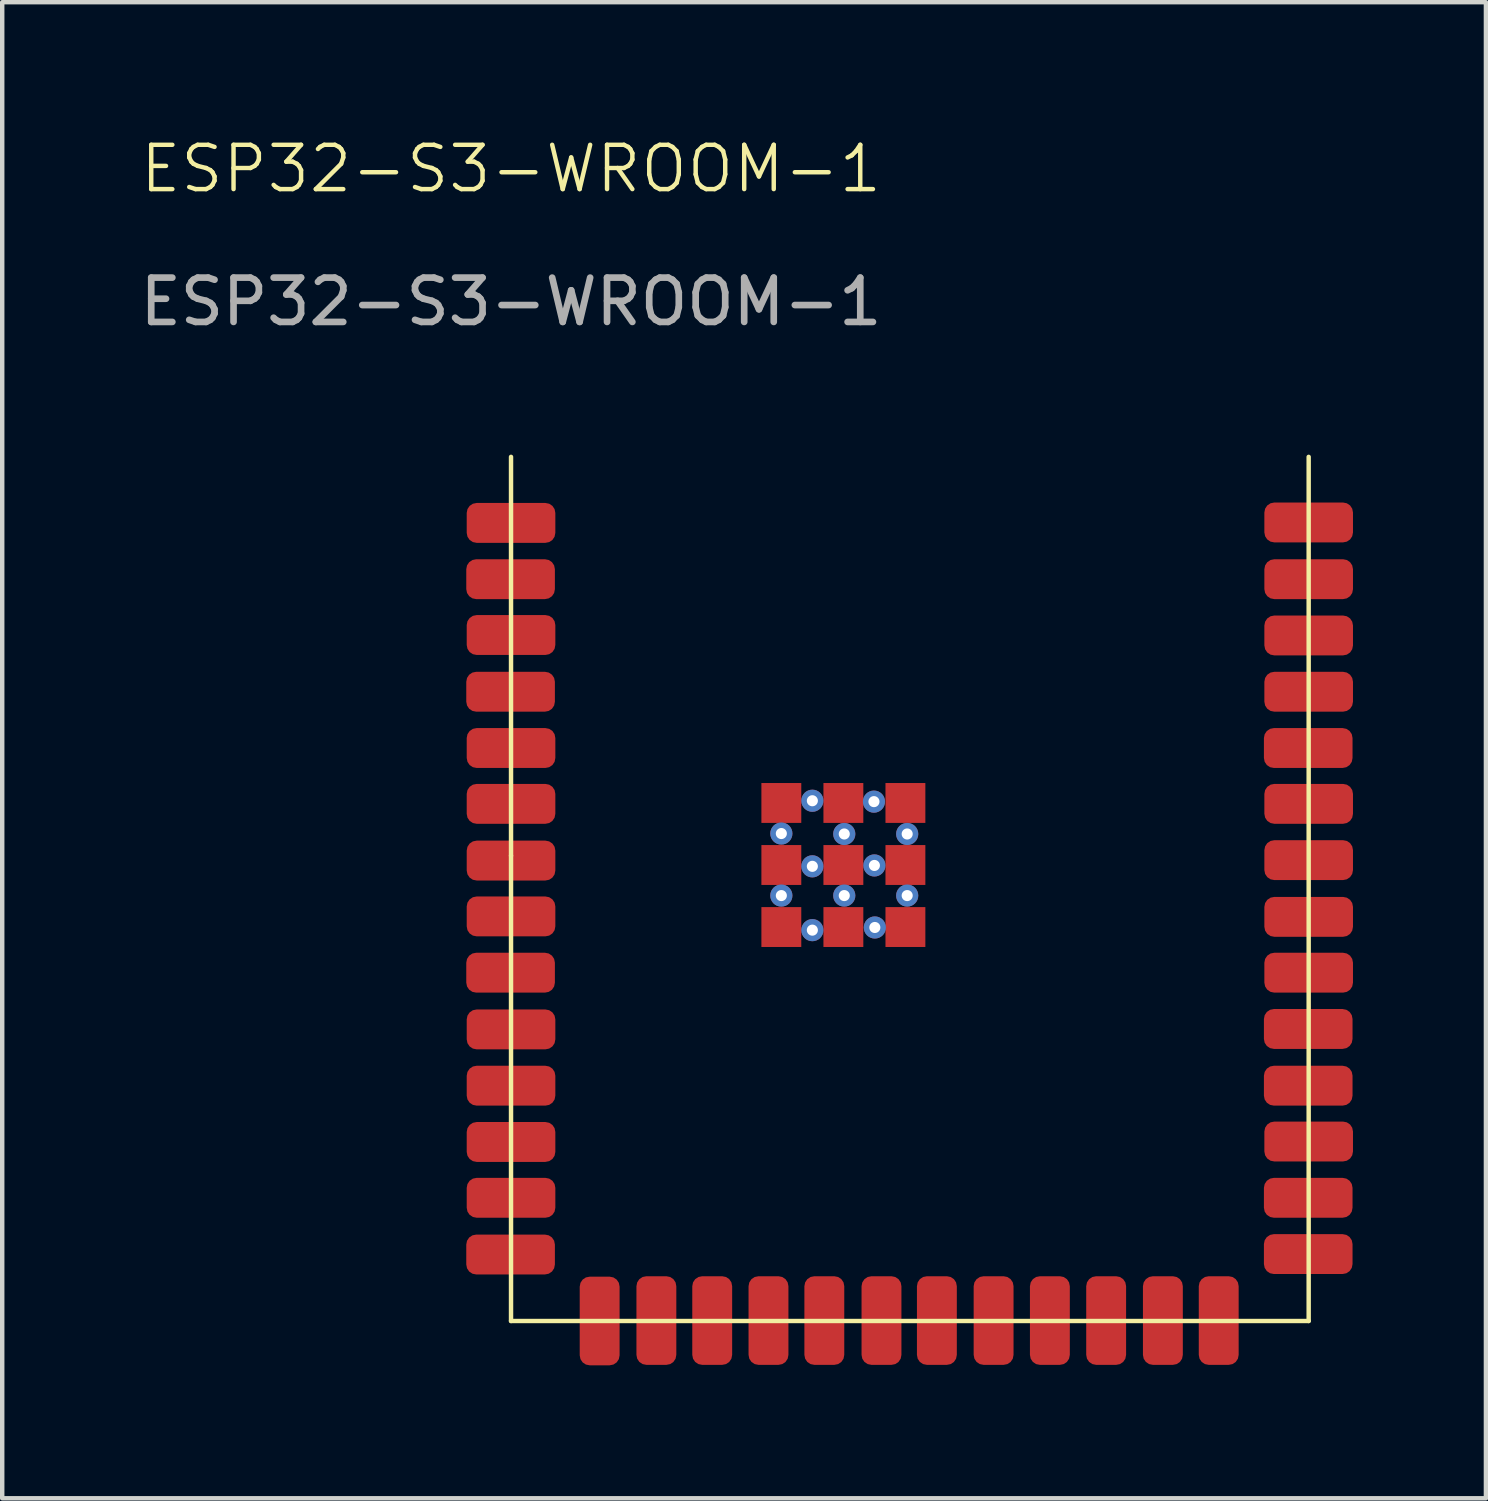
<source format=kicad_pcb>
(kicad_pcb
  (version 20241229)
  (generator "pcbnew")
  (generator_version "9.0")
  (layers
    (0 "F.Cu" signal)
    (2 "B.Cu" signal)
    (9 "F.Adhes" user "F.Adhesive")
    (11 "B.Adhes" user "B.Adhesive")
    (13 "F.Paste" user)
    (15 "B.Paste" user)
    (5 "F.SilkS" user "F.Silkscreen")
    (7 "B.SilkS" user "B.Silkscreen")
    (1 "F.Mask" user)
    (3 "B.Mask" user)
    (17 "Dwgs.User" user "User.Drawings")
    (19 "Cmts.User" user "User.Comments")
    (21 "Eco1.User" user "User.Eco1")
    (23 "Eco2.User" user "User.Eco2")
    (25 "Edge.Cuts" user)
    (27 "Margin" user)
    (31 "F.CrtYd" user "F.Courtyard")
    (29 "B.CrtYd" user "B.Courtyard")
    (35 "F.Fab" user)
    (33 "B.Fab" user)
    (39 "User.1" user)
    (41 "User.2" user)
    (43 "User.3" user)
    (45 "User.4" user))
  (footprint "ESP32-S3-WROOM-1"
    (layer "F.Cu")
    (at 8.482 1.26)
    (property "Reference" "ESP32-S3-WROOM-1" (at 0 -0.5 0) (unlocked yes) (layer "F.SilkS") (effects (font (size 1 1) (thickness 0.1))))
    (attr smd)
    (fp_line (start 0 6) (end 0 15) (stroke (width 0.1) (type default)) (layer "F.SilkS"))
    (fp_line (start 0 15) (end 0 25.5) (stroke (width 0.1) (type default)) (layer "F.SilkS"))
    (fp_line (start 0 25.5) (end 18 25.5) (stroke (width 0.1) (type default)) (layer "F.SilkS"))
    (fp_line (start 18 25.5) (end 18 6) (stroke (width 0.1) (type default)) (layer "F.SilkS"))
    (fp_text user "${REFERENCE}" (at 0 2.5 0) (unlocked yes) (layer "F.Fab") (effects (font (size 1 1) (thickness 0.15))))
    (pad "" smd rect (at 6.1 13.81 180) (size 0.9 0.9) (layers "F.Cu" "F.Mask" "F.Paste"))
    (pad "" thru_hole circle (at 6.1 14.5) (size 0.5 0.5) (drill 0.25) (layers "*.Cu" "*.Mask"))
    (pad "" smd rect (at 6.1 15.21 180) (size 0.9 0.9) (layers "F.Cu" "F.Mask" "F.Paste"))
    (pad "" thru_hole circle (at 6.1 15.9) (size 0.5 0.5) (drill 0.25) (layers "*.Cu" "*.Mask"))
    (pad "" smd rect (at 6.1 16.61 180) (size 0.9 0.9) (layers "F.Cu" "F.Mask" "F.Paste"))
    (pad "" thru_hole circle (at 6.8 13.76) (size 0.5 0.5) (drill 0.25) (layers "*.Cu" "*.Mask"))
    (pad "" thru_hole circle (at 6.8 15.24) (size 0.5 0.5) (drill 0.25) (layers "*.Cu" "*.Mask"))
    (pad "" thru_hole circle (at 6.8 16.68) (size 0.5 0.5) (drill 0.25) (layers "*.Cu" "*.Mask"))
    (pad "" smd rect (at 7.5 13.81 180) (size 0.9 0.9) (layers "F.Cu" "F.Mask" "F.Paste"))
    (pad "" smd rect (at 7.5 16.61 180) (size 0.9 0.9) (layers "F.Cu" "F.Mask" "F.Paste"))
    (pad "" thru_hole circle (at 7.52 14.51) (size 0.5 0.5) (drill 0.25) (layers "*.Cu" "*.Mask"))
    (pad "" thru_hole circle (at 7.52 15.9) (size 0.5 0.5) (drill 0.25) (layers "*.Cu" "*.Mask"))
    (pad "" thru_hole circle (at 8.19 13.78) (size 0.5 0.5) (drill 0.25) (layers "*.Cu" "*.Mask"))
    (pad "" thru_hole circle (at 8.2 15.22) (size 0.5 0.5) (drill 0.25) (layers "*.Cu" "*.Mask"))
    (pad "" thru_hole circle (at 8.21 16.62) (size 0.5 0.5) (drill 0.25) (layers "*.Cu" "*.Mask"))
    (pad "" smd rect (at 8.9 13.81 180) (size 0.9 0.9) (layers "F.Cu" "F.Mask" "F.Paste"))
    (pad "" smd rect (at 8.9 15.21 180) (size 0.9 0.9) (layers "F.Cu" "F.Mask" "F.Paste"))
    (pad "" smd rect (at 8.9 16.61 180) (size 0.9 0.9) (layers "F.Cu" "F.Mask" "F.Paste"))
    (pad "" thru_hole circle (at 8.94 14.51) (size 0.5 0.5) (drill 0.25) (layers "*.Cu" "*.Mask"))
    (pad "" thru_hole circle (at 8.94 15.9) (size 0.5 0.5) (drill 0.25) (layers "*.Cu" "*.Mask"))
    (pad "1" smd roundrect (at 0 7.49) (size 2 0.9) (layers "F.Cu" "F.Mask" "F.Paste") (roundrect_rratio 0.25))
    (pad "2" smd roundrect (at -0.01 8.76) (size 2 0.9) (layers "F.Cu" "F.Mask" "F.Paste") (roundrect_rratio 0.25))
    (pad "3" smd roundrect (at 0 10.02) (size 2 0.9) (layers "F.Cu" "F.Mask" "F.Paste") (roundrect_rratio 0.25))
    (pad "4" smd roundrect (at -0.01 11.3) (size 2 0.9) (layers "F.Cu" "F.Mask" "F.Paste") (roundrect_rratio 0.25))
    (pad "5" smd roundrect (at 0 12.57) (size 2 0.9) (layers "F.Cu" "F.Mask" "F.Paste") (roundrect_rratio 0.25))
    (pad "6" smd roundrect (at 0 13.83) (size 2 0.9) (layers "F.Cu" "F.Mask" "F.Paste") (roundrect_rratio 0.25))
    (pad "7" smd roundrect (at 0 15.11) (size 2 0.9) (layers "F.Cu" "F.Mask" "F.Paste") (roundrect_rratio 0.25))
    (pad "8" smd roundrect (at 0 16.37) (size 2 0.9) (layers "F.Cu" "F.Mask" "F.Paste") (roundrect_rratio 0.25))
    (pad "9" smd roundrect (at -0.01 17.64) (size 2 0.9) (layers "F.Cu" "F.Mask" "F.Paste") (roundrect_rratio 0.25))
    (pad "10" smd roundrect (at 0 18.92) (size 2 0.9) (layers "F.Cu" "F.Mask" "F.Paste") (roundrect_rratio 0.25))
    (pad "11" smd roundrect (at 0 20.19) (size 2 0.9) (layers "F.Cu" "F.Mask" "F.Paste") (roundrect_rratio 0.25))
    (pad "12" smd roundrect (at 0 21.46) (size 2 0.9) (layers "F.Cu" "F.Mask" "F.Paste") (roundrect_rratio 0.25))
    (pad "13" smd roundrect (at 0 22.72) (size 2 0.9) (layers "F.Cu" "F.Mask" "F.Paste") (roundrect_rratio 0.25))
    (pad "14" smd roundrect (at -0.01 24) (size 2 0.9) (layers "F.Cu" "F.Mask" "F.Paste") (roundrect_rratio 0.25))
    (pad "15" smd roundrect (at 2 25.5 90) (size 2 0.9) (layers "F.Cu" "F.Mask" "F.Paste") (roundrect_rratio 0.25))
    (pad "16" smd roundrect (at 3.28 25.49 90) (size 2 0.9) (layers "F.Cu" "F.Mask" "F.Paste") (roundrect_rratio 0.25))
    (pad "17" smd roundrect (at 4.54 25.49 90) (size 2 0.9) (layers "F.Cu" "F.Mask" "F.Paste") (roundrect_rratio 0.25))
    (pad "18" smd roundrect (at 5.81 25.49 90) (size 2 0.9) (layers "F.Cu" "F.Mask" "F.Paste") (roundrect_rratio 0.25))
    (pad "19" smd roundrect (at 7.07 25.49 90) (size 2 0.9) (layers "F.Cu" "F.Mask" "F.Paste") (roundrect_rratio 0.25))
    (pad "20" smd roundrect (at 8.36 25.49 90) (size 2 0.9) (layers "F.Cu" "F.Mask" "F.Paste") (roundrect_rratio 0.25))
    (pad "21" smd roundrect (at 9.61 25.49 90) (size 2 0.9) (layers "F.Cu" "F.Mask" "F.Paste") (roundrect_rratio 0.25))
    (pad "22" smd roundrect (at 10.89 25.49 90) (size 2 0.9) (layers "F.Cu" "F.Mask" "F.Paste") (roundrect_rratio 0.25))
    (pad "23" smd roundrect (at 12.16 25.49 90) (size 2 0.9) (layers "F.Cu" "F.Mask" "F.Paste") (roundrect_rratio 0.25))
    (pad "24" smd roundrect (at 13.43 25.49 90) (size 2 0.9) (layers "F.Cu" "F.Mask" "F.Paste") (roundrect_rratio 0.25))
    (pad "25" smd roundrect (at 14.71 25.49 90) (size 2 0.9) (layers "F.Cu" "F.Mask" "F.Paste") (roundrect_rratio 0.25))
    (pad "26" smd roundrect (at 15.97 25.49 90) (size 2 0.9) (layers "F.Cu" "F.Mask" "F.Paste") (roundrect_rratio 0.25))
    (pad "27" smd roundrect (at 17.99 23.99 180) (size 2 0.9) (layers "F.Cu" "F.Mask" "F.Paste") (roundrect_rratio 0.25))
    (pad "28" smd roundrect (at 17.99 22.72 180) (size 2 0.9) (layers "F.Cu" "F.Mask" "F.Paste") (roundrect_rratio 0.25))
    (pad "29" smd roundrect (at 18 21.45 180) (size 2 0.9) (layers "F.Cu" "F.Mask" "F.Paste") (roundrect_rratio 0.25))
    (pad "30" smd roundrect (at 17.99 20.19 180) (size 2 0.9) (layers "F.Cu" "F.Mask" "F.Paste") (roundrect_rratio 0.25))
    (pad "31" smd roundrect (at 17.99 18.91 180) (size 2 0.9) (layers "F.Cu" "F.Mask" "F.Paste") (roundrect_rratio 0.25))
    (pad "32" smd roundrect (at 18 17.64 180) (size 2 0.9) (layers "F.Cu" "F.Mask" "F.Paste") (roundrect_rratio 0.25))
    (pad "33" smd roundrect (at 18 16.38 180) (size 2 0.9) (layers "F.Cu" "F.Mask" "F.Paste") (roundrect_rratio 0.25))
    (pad "34" smd roundrect (at 18 15.1 180) (size 2 0.9) (layers "F.Cu" "F.Mask" "F.Paste") (roundrect_rratio 0.25))
    (pad "35" smd roundrect (at 18 13.83 180) (size 2 0.9) (layers "F.Cu" "F.Mask" "F.Paste") (roundrect_rratio 0.25))
    (pad "36" smd roundrect (at 17.99 12.57 180) (size 2 0.9) (layers "F.Cu" "F.Mask" "F.Paste") (roundrect_rratio 0.25))
    (pad "37" smd roundrect (at 18 11.3 180) (size 2 0.9) (layers "F.Cu" "F.Mask" "F.Paste") (roundrect_rratio 0.25))
    (pad "38" smd roundrect (at 18 10.03 180) (size 2 0.9) (layers "F.Cu" "F.Mask" "F.Paste") (roundrect_rratio 0.25))
    (pad "39" smd roundrect (at 18 8.76 180) (size 2 0.9) (layers "F.Cu" "F.Mask" "F.Paste") (roundrect_rratio 0.25))
    (pad "40" smd roundrect (at 18 7.48 180) (size 2 0.9) (layers "F.Cu" "F.Mask" "F.Paste") (roundrect_rratio 0.25))
    (pad "41" smd rect (at 7.5 15.21 180) (size 0.9 0.9) (layers "F.Cu" "F.Mask" "F.Paste"))
    (zone (net_name "") (layer "F.SilkS") (name "Antenna") (hatch edge 0.5) (connect_pads) (min_thickness 0.25) (filled_areas_thickness no) (keepout (tracks not_allowed) (vias not_allowed) (pads not_allowed) (copperpour allowed) (footprints allowed)) (placement (enabled no)) (fill) (polygon (pts (xy 8.482 1.26) (xy 26.482 1.26) (xy 26.482 7.261) (xy 8.482 7.261)))))
  (gr_rect
    (start -3 -3)
    (end 30.482 30.761)
    (stroke (width 0.1) (type default))
    (fill no)
    (layer "Edge.Cuts")))
</source>
